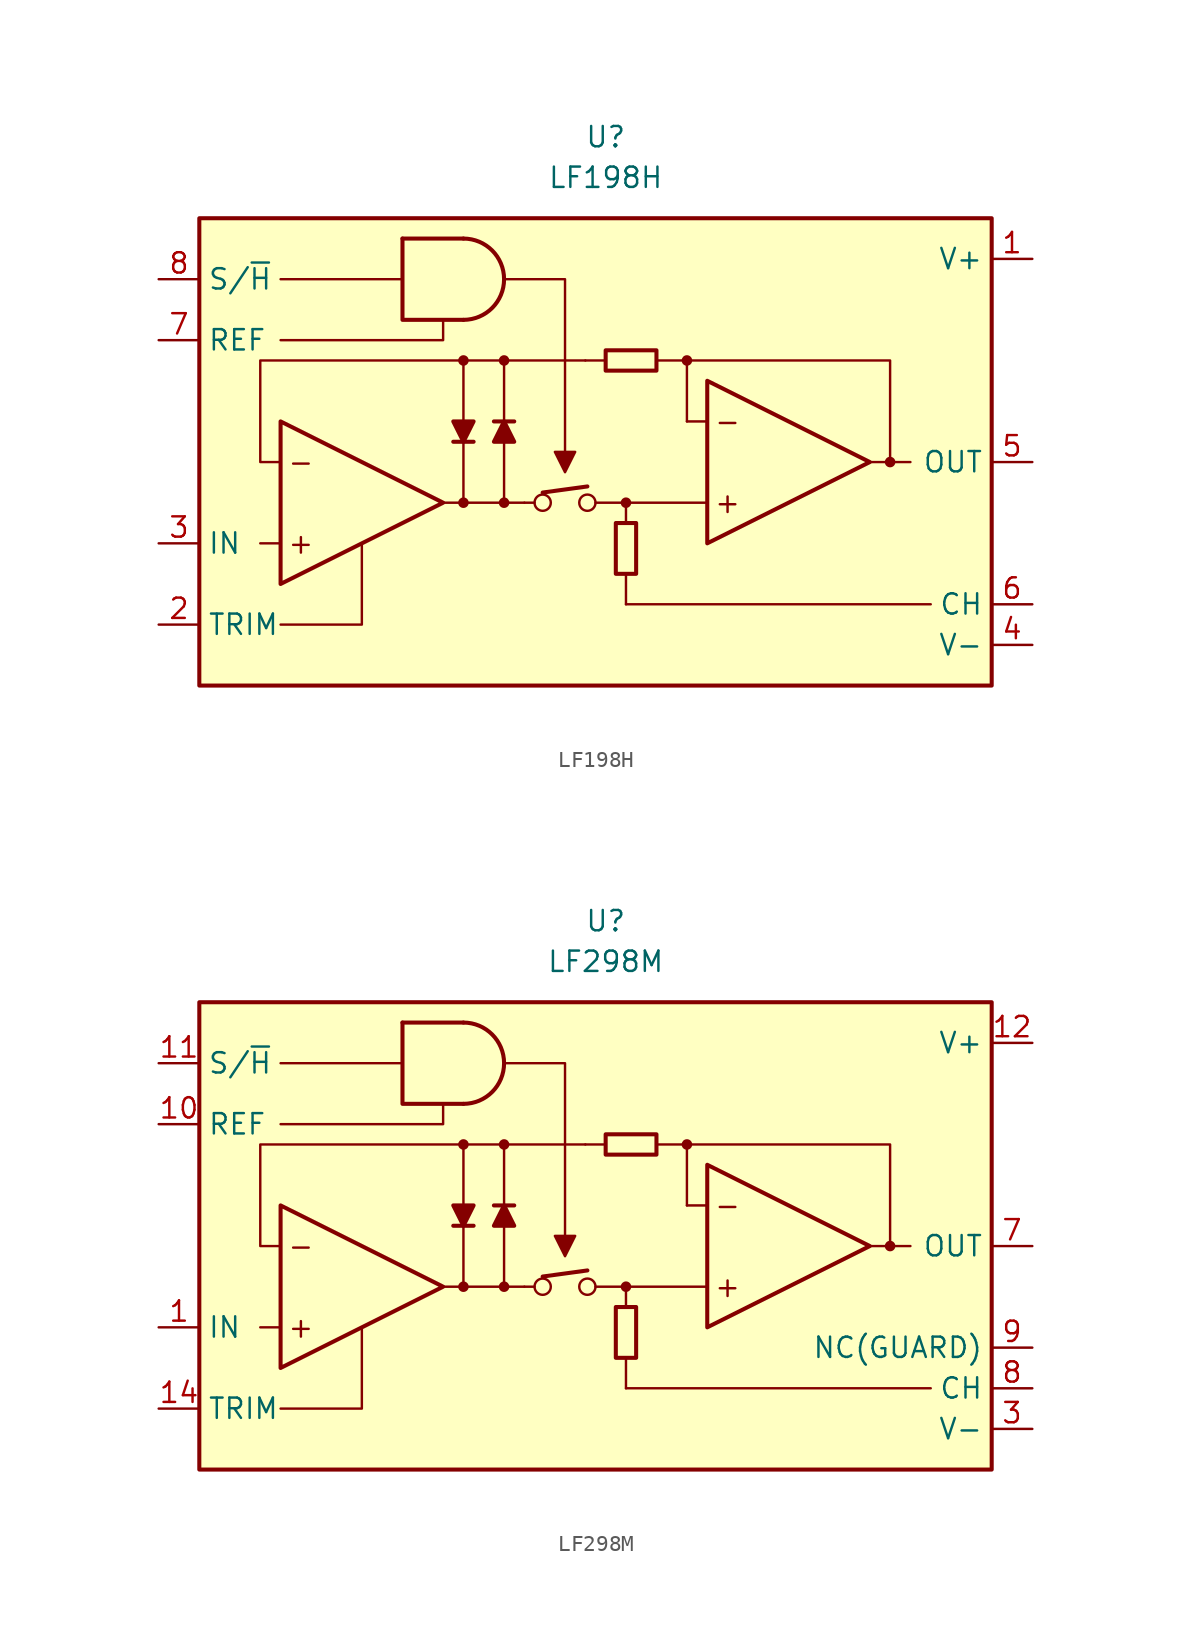
<source format=kicad_sym>
(kicad_symbol_lib
  (version 20231120)
  (generator "kicad_symbol_editor")
  (generator_version "8.0")
  (symbol "LF198H"
    (property "Reference" "U"
      (at 0 19.05 0)
      (effects (font (size 1.27 1.27))))
    (property "Value" "LF198H"
      (at 0 16.51 0)
      (effects (font (size 1.27 1.27))))
    (symbol "LF198H_0_0"
      (circle (center -8.89 -3.81) (radius 0.254) (stroke (width 0.152) (type default)) (fill (type outline)))
      (circle (center -8.89 5.08) (radius 0.254) (stroke (width 0.152) (type default)) (fill (type outline)))
      (circle (center -6.35 -3.81) (radius 0.254) (stroke (width 0.152) (type default)) (fill (type outline)))
      (circle (center -6.35 5.08) (radius 0.254) (stroke (width 0.152) (type default)) (fill (type outline)))
      (circle (center -3.937 -3.81) (radius 0.508) (stroke (width 0) (type default)) (fill (type none)))
      (circle (center -1.143 -3.81) (radius 0.508) (stroke (width 0) (type default)) (fill (type none)))
      (polyline (pts (xy -20.32 -6.35) (xy -21.59 -6.35)) (stroke (width 0.152) (type default)) (fill (type none)))
      (polyline (pts (xy -12.7 10.16) (xy -20.32 10.16)) (stroke (width 0.152) (type default)) (fill (type none)))
      (polyline (pts (xy -5.08 -3.81) (xy -4.445 -3.81)) (stroke (width 0.152) (type default)) (fill (type none)))
      (polyline (pts (xy -3.937 -3.175) (xy -1.143 -2.794)) (stroke (width 0.254) (type default)) (fill (type none)))
      (polyline (pts (xy 0 5.08) (xy -1.27 5.08)) (stroke (width 0.152) (type default)) (fill (type none)))
      (polyline (pts (xy 1.27 -8.255) (xy 1.27 -10.16)) (stroke (width 0.152) (type default)) (fill (type none)))
      (polyline (pts (xy 16.51 -1.27) (xy 17.78 -1.27)) (stroke (width 0.152) (type default)) (fill (type none)))
      (polyline (pts (xy 17.78 -1.27) (xy 19.05 -1.27)) (stroke (width 0.152) (type default)) (fill (type none)))
      (polyline (pts (xy -20.32 -11.43) (xy -15.24 -11.43) (xy -15.24 -6.35)) (stroke (width 0.152) (type default)) (fill (type none)))
      (polyline (pts (xy -10.16 7.62) (xy -10.16 6.35) (xy -20.32 6.35)) (stroke (width 0.152) (type default)) (fill (type none)))
      (polyline (pts (xy -6.35 10.16) (xy -2.54 10.16) (xy -2.54 -1.27)) (stroke (width 0.152) (type default)) (fill (type none)))
      (polyline (pts (xy -2.54 -1.905) (xy -3.175 -0.635) (xy -1.905 -0.635) (xy -2.54 -1.905)) (stroke (width 0.152) (type default)) (fill (type outline)))
      (circle (center 1.27 -3.81) (radius 0.254) (stroke (width 0.152) (type default)) (fill (type outline)))
      (circle (center 5.08 5.08) (radius 0.254) (stroke (width 0.152) (type default)) (fill (type outline)))
      (circle (center 17.78 -1.27) (radius 0.254) (stroke (width 0.152) (type default)) (fill (type outline)))
      (text "+" (at -19.05 -6.35 0) (effects (font (size 1.27 1.27))))
      (text "+" (at 7.62 -3.81 0) (effects (font (size 1.27 1.27))))
      (text "-" (at -19.05 -1.27 0) (effects (font (size 1.27 1.27))))
      (text "-" (at 7.62 1.27 0) (effects (font (size 1.27 1.27)))))
    (symbol "LF198H_0_1"
      (rectangle (start -25.4 13.97) (end 24.13 -15.24) (stroke (width 0.254) (type default)) (fill (type background)))
      (arc (start -8.89 7.62) (mid -6.361 10.16) (end -8.89 12.7) (stroke (width 0.254) (type default)) (fill (type none)))
      (polyline (pts (xy -12.7 12.7) (xy -8.89 12.7)) (stroke (width 0.254) (type default)) (fill (type none)))
      (polyline (pts (xy -9.525 0) (xy -8.255 0)) (stroke (width 0.254) (type default)) (fill (type none)))
      (polyline (pts (xy -8.89 0) (xy -8.89 -3.81)) (stroke (width 0.152) (type default)) (fill (type none)))
      (polyline (pts (xy -8.89 1.27) (xy -8.89 5.08)) (stroke (width 0.152) (type default)) (fill (type none)))
      (polyline (pts (xy -6.35 0) (xy -6.35 -3.81)) (stroke (width 0.152) (type default)) (fill (type none)))
      (polyline (pts (xy -6.35 1.27) (xy -6.35 5.08)) (stroke (width 0.152) (type default)) (fill (type none)))
      (polyline (pts (xy -5.715 1.27) (xy -6.985 1.27)) (stroke (width 0.254) (type default)) (fill (type none)))
      (polyline (pts (xy -5.08 -3.81) (xy -10.16 -3.81)) (stroke (width 0.152) (type default)) (fill (type none)))
      (polyline (pts (xy 1.27 -10.16) (xy 20.32 -10.16)) (stroke (width 0.152) (type default)) (fill (type none)))
      (polyline (pts (xy 1.27 -5.08) (xy 1.27 -3.81)) (stroke (width 0.152) (type default)) (fill (type none)))
      (polyline (pts (xy 5.08 1.27) (xy 5.08 5.08)) (stroke (width 0.152) (type default)) (fill (type none)))
      (polyline (pts (xy 6.35 -3.81) (xy -0.635 -3.81)) (stroke (width 0.152) (type default)) (fill (type none)))
      (polyline (pts (xy 6.35 1.27) (xy 5.08 1.27)) (stroke (width 0.152) (type default)) (fill (type none)))
      (polyline (pts (xy -12.7 12.7) (xy -12.7 7.62) (xy -8.89 7.62)) (stroke (width 0.254) (type default)) (fill (type none)))
      (polyline (pts (xy 3.175 5.08) (xy 17.78 5.08) (xy 17.78 -1.27)) (stroke (width 0.152) (type default)) (fill (type none)))
      (polyline (pts (xy -20.32 1.27) (xy -20.32 -8.89) (xy -10.16 -3.81) (xy -20.32 1.27)) (stroke (width 0.254) (type default)) (fill (type none)))
      (polyline (pts (xy -8.89 0) (xy -9.525 1.27) (xy -8.255 1.27) (xy -8.89 0)) (stroke (width 0.254) (type default)) (fill (type outline)))
      (polyline (pts (xy -6.35 1.27) (xy -5.715 0) (xy -6.985 0) (xy -6.35 1.27)) (stroke (width 0.254) (type default)) (fill (type outline)))
      (polyline (pts (xy -1.27 5.08) (xy -21.59 5.08) (xy -21.59 -1.27) (xy -20.32 -1.27)) (stroke (width 0.152) (type default)) (fill (type none)))
      (polyline (pts (xy 6.35 3.81) (xy 6.35 -6.35) (xy 16.51 -1.27) (xy 6.35 3.81)) (stroke (width 0.254) (type default)) (fill (type none)))
      (rectangle (start 0 4.445) (end 3.175 5.715) (stroke (width 0.254) (type default)) (fill (type none)))
      (rectangle (start 0.635 -5.08) (end 1.905 -8.255) (stroke (width 0.254) (type default)) (fill (type none))))
    (symbol "LF198H_1_1"
      (pin power_in line (at 26.67 11.43 180) (length 2.54) (name "V+" (effects (font (size 1.27 1.27)))) (number "1" (effects (font (size 1.27 1.27)))))
      (pin passive line (at -27.94 -11.43 0) (length 2.54) (name "TRIM" (effects (font (size 1.27 1.27)))) (number "2" (effects (font (size 1.27 1.27)))))
      (pin input line (at -27.94 -6.35 0) (length 2.54) (name "IN" (effects (font (size 1.27 1.27)))) (number "3" (effects (font (size 1.27 1.27)))))
      (pin power_in line (at 26.67 -12.7 180) (length 2.54) (name "V-" (effects (font (size 1.27 1.27)))) (number "4" (effects (font (size 1.27 1.27)))))
      (pin output line (at 26.67 -1.27 180) (length 2.54) (name "OUT" (effects (font (size 1.27 1.27)))) (number "5" (effects (font (size 1.27 1.27)))))
      (pin passive line (at 26.67 -10.16 180) (length 2.54) (name "CH" (effects (font (size 1.27 1.27)))) (number "6" (effects (font (size 1.27 1.27)))))
      (pin input line (at -27.94 6.35 0) (length 2.54) (name "REF" (effects (font (size 1.27 1.27)))) (number "7" (effects (font (size 1.27 1.27)))))
      (pin input line (at -27.94 10.16 0) (length 2.54) (name "S/~{H}" (effects (font (size 1.27 1.27)))) (number "8" (effects (font (size 1.27 1.27)))))))
  (symbol "LF298M"
    (property "Reference" "U"
      (at 0 20.32 0)
      (effects (font (size 1.27 1.27))))
    (property "Value" "LF298M"
      (at 0 17.78 0)
      (effects (font (size 1.27 1.27))))
    (symbol "LF298M_0_0"
      (circle (center -8.89 -2.54) (radius 0.254) (stroke (width 0.152) (type default)) (fill (type outline)))
      (circle (center -8.89 6.35) (radius 0.254) (stroke (width 0.152) (type default)) (fill (type outline)))
      (circle (center -6.35 -2.54) (radius 0.254) (stroke (width 0.152) (type default)) (fill (type outline)))
      (circle (center -6.35 6.35) (radius 0.254) (stroke (width 0.152) (type default)) (fill (type outline)))
      (circle (center -3.937 -2.54) (radius 0.508) (stroke (width 0) (type default)) (fill (type none)))
      (circle (center -1.143 -2.54) (radius 0.508) (stroke (width 0) (type default)) (fill (type none)))
      (polyline (pts (xy -20.32 -5.08) (xy -21.59 -5.08)) (stroke (width 0.152) (type default)) (fill (type none)))
      (polyline (pts (xy -12.7 11.43) (xy -20.32 11.43)) (stroke (width 0.152) (type default)) (fill (type none)))
      (polyline (pts (xy -5.08 -2.54) (xy -4.445 -2.54)) (stroke (width 0.152) (type default)) (fill (type none)))
      (polyline (pts (xy -3.937 -1.905) (xy -1.143 -1.524)) (stroke (width 0.254) (type default)) (fill (type none)))
      (polyline (pts (xy 0 6.35) (xy -1.27 6.35)) (stroke (width 0.152) (type default)) (fill (type none)))
      (polyline (pts (xy 1.27 -6.985) (xy 1.27 -8.89)) (stroke (width 0.152) (type default)) (fill (type none)))
      (polyline (pts (xy 16.51 0) (xy 17.78 0)) (stroke (width 0.152) (type default)) (fill (type none)))
      (polyline (pts (xy 17.78 0) (xy 19.05 0)) (stroke (width 0.152) (type default)) (fill (type none)))
      (polyline (pts (xy -20.32 -10.16) (xy -15.24 -10.16) (xy -15.24 -5.08)) (stroke (width 0.152) (type default)) (fill (type none)))
      (polyline (pts (xy -10.16 8.89) (xy -10.16 7.62) (xy -20.32 7.62)) (stroke (width 0.152) (type default)) (fill (type none)))
      (polyline (pts (xy -6.35 11.43) (xy -2.54 11.43) (xy -2.54 0)) (stroke (width 0.152) (type default)) (fill (type none)))
      (polyline (pts (xy -2.54 -0.635) (xy -3.175 0.635) (xy -1.905 0.635) (xy -2.54 -0.635)) (stroke (width 0.152) (type default)) (fill (type outline)))
      (circle (center 1.27 -2.54) (radius 0.254) (stroke (width 0.152) (type default)) (fill (type outline)))
      (circle (center 5.08 6.35) (radius 0.254) (stroke (width 0.152) (type default)) (fill (type outline)))
      (circle (center 17.78 0) (radius 0.254) (stroke (width 0.152) (type default)) (fill (type outline)))
      (text "+" (at -19.05 -5.08 0) (effects (font (size 1.27 1.27))))
      (text "+" (at 7.62 -2.54 0) (effects (font (size 1.27 1.27))))
      (text "-" (at -19.05 0 0) (effects (font (size 1.27 1.27))))
      (text "-" (at 7.62 2.54 0) (effects (font (size 1.27 1.27)))))
    (symbol "LF298M_0_1"
      (rectangle (start -25.4 15.24) (end 24.13 -13.97) (stroke (width 0.254) (type default)) (fill (type background)))
      (arc (start -8.89 8.89) (mid -6.361 11.43) (end -8.89 13.97) (stroke (width 0.254) (type default)) (fill (type none)))
      (polyline (pts (xy -12.7 13.97) (xy -8.89 13.97)) (stroke (width 0.254) (type default)) (fill (type none)))
      (polyline (pts (xy -9.525 1.27) (xy -8.255 1.27)) (stroke (width 0.254) (type default)) (fill (type none)))
      (polyline (pts (xy -8.89 1.27) (xy -8.89 -2.54)) (stroke (width 0.152) (type default)) (fill (type none)))
      (polyline (pts (xy -8.89 2.54) (xy -8.89 6.35)) (stroke (width 0.152) (type default)) (fill (type none)))
      (polyline (pts (xy -6.35 1.27) (xy -6.35 -2.54)) (stroke (width 0.152) (type default)) (fill (type none)))
      (polyline (pts (xy -6.35 2.54) (xy -6.35 6.35)) (stroke (width 0.152) (type default)) (fill (type none)))
      (polyline (pts (xy -5.715 2.54) (xy -6.985 2.54)) (stroke (width 0.254) (type default)) (fill (type none)))
      (polyline (pts (xy -5.08 -2.54) (xy -10.16 -2.54)) (stroke (width 0.152) (type default)) (fill (type none)))
      (polyline (pts (xy 1.27 -8.89) (xy 20.32 -8.89)) (stroke (width 0.152) (type default)) (fill (type none)))
      (polyline (pts (xy 1.27 -3.81) (xy 1.27 -2.54)) (stroke (width 0.152) (type default)) (fill (type none)))
      (polyline (pts (xy 5.08 2.54) (xy 5.08 6.35)) (stroke (width 0.152) (type default)) (fill (type none)))
      (polyline (pts (xy 6.35 -2.54) (xy -0.635 -2.54)) (stroke (width 0.152) (type default)) (fill (type none)))
      (polyline (pts (xy 6.35 2.54) (xy 5.08 2.54)) (stroke (width 0.152) (type default)) (fill (type none)))
      (polyline (pts (xy -12.7 13.97) (xy -12.7 8.89) (xy -8.89 8.89)) (stroke (width 0.254) (type default)) (fill (type none)))
      (polyline (pts (xy 3.175 6.35) (xy 17.78 6.35) (xy 17.78 0)) (stroke (width 0.152) (type default)) (fill (type none)))
      (polyline (pts (xy -20.32 2.54) (xy -20.32 -7.62) (xy -10.16 -2.54) (xy -20.32 2.54)) (stroke (width 0.254) (type default)) (fill (type none)))
      (polyline (pts (xy -8.89 1.27) (xy -9.525 2.54) (xy -8.255 2.54) (xy -8.89 1.27)) (stroke (width 0.254) (type default)) (fill (type outline)))
      (polyline (pts (xy -6.35 2.54) (xy -5.715 1.27) (xy -6.985 1.27) (xy -6.35 2.54)) (stroke (width 0.254) (type default)) (fill (type outline)))
      (polyline (pts (xy -1.27 6.35) (xy -21.59 6.35) (xy -21.59 0) (xy -20.32 0)) (stroke (width 0.152) (type default)) (fill (type none)))
      (polyline (pts (xy 6.35 5.08) (xy 6.35 -5.08) (xy 16.51 0) (xy 6.35 5.08)) (stroke (width 0.254) (type default)) (fill (type none)))
      (rectangle (start 0 5.715) (end 3.175 6.985) (stroke (width 0.254) (type default)) (fill (type none)))
      (rectangle (start 0.635 -3.81) (end 1.905 -6.985) (stroke (width 0.254) (type default)) (fill (type none))))
    (symbol "LF298M_1_1"
      (pin input line (at -27.94 -5.08 0) (length 2.54) (name "IN" (effects (font (size 1.27 1.27)))) (number "1" (effects (font (size 1.27 1.27)))))
      (pin input line (at -27.94 7.62 0) (length 2.54) (name "REF" (effects (font (size 1.27 1.27)))) (number "10" (effects (font (size 1.27 1.27)))))
      (pin input line (at -27.94 11.43 0) (length 2.54) (name "S/~{H}" (effects (font (size 1.27 1.27)))) (number "11" (effects (font (size 1.27 1.27)))))
      (pin power_in line (at 26.67 12.7 180) (length 2.54) (name "V+" (effects (font (size 1.27 1.27)))) (number "12" (effects (font (size 1.27 1.27)))))
      (pin passive line (at -27.94 -10.16 0) (length 2.54) (name "TRIM" (effects (font (size 1.27 1.27)))) (number "14" (effects (font (size 1.27 1.27)))))
      (pin power_in line (at 26.67 -11.43 180) (length 2.54) (name "V-" (effects (font (size 1.27 1.27)))) (number "3" (effects (font (size 1.27 1.27)))))
      (pin output line (at 26.67 0 180) (length 2.54) (name "OUT" (effects (font (size 1.27 1.27)))) (number "7" (effects (font (size 1.27 1.27)))))
      (pin passive line (at 26.67 -8.89 180) (length 2.54) (name "CH" (effects (font (size 1.27 1.27)))) (number "8" (effects (font (size 1.27 1.27)))))
      (pin passive line (at 26.67 -6.35 180) (length 2.54) (name "NC(GUARD)" (effects (font (size 1.27 1.27)))) (number "9" (effects (font (size 1.27 1.27))))))))
</source>
